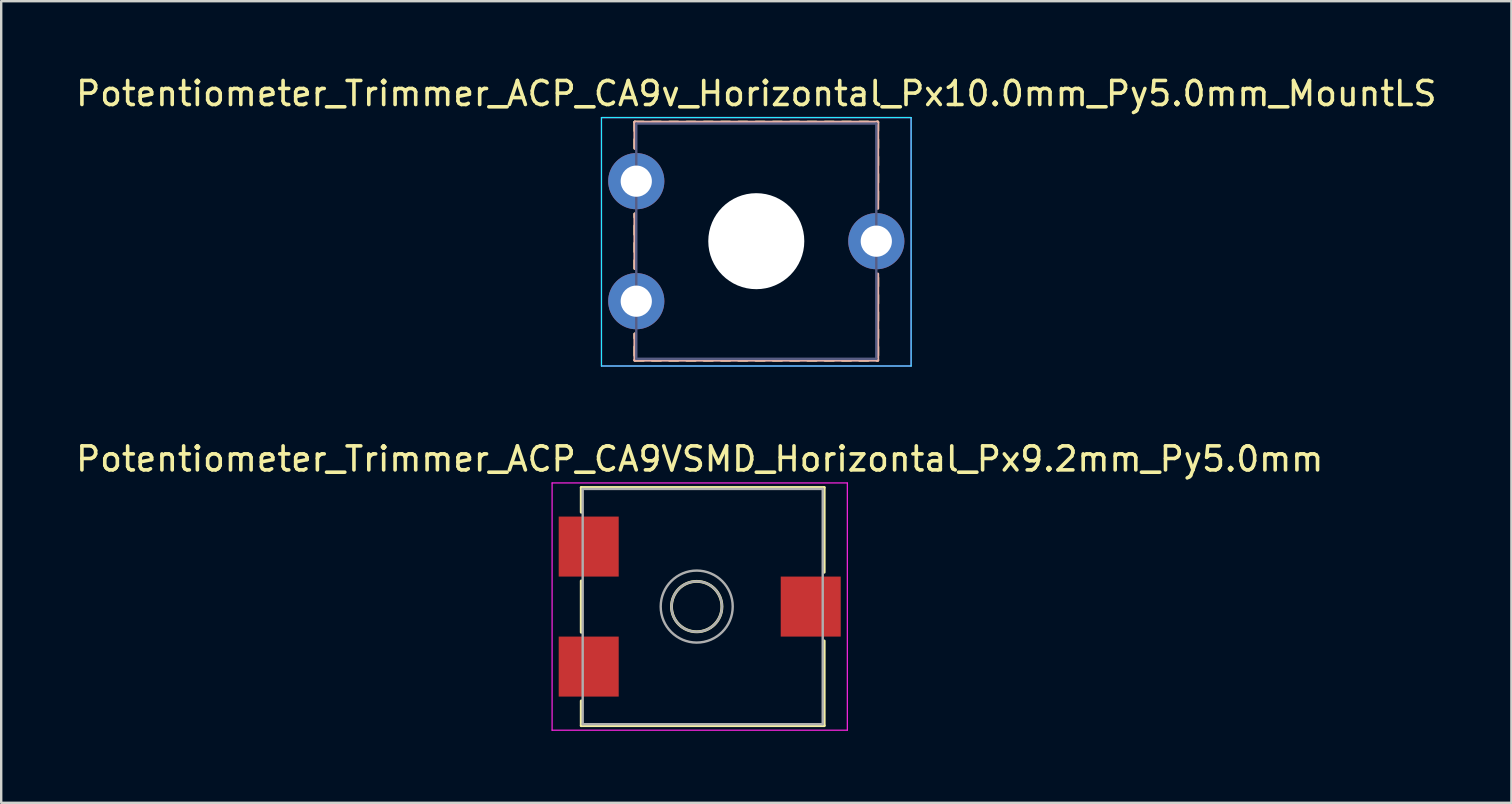
<source format=kicad_pcb>
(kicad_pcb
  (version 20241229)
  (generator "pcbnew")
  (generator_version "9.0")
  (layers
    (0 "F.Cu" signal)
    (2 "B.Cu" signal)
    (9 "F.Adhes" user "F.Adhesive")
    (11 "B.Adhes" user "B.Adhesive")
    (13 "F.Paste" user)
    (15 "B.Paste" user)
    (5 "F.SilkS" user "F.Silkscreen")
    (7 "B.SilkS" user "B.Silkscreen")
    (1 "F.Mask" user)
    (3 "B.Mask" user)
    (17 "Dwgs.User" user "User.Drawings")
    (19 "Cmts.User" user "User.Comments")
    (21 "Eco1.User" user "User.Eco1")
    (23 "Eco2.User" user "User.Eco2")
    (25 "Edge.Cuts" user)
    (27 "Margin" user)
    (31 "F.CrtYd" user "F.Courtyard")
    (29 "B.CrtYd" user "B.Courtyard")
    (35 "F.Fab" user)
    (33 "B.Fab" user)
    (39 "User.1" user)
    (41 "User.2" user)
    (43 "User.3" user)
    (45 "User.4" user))
  (footprint "Potentiometer_Trimmer_ACP_CA9VSMD_Horizontal_Px9.2mm_Py5.0mm"
    (layer "F.Cu")
    (at 26.101 22.221)
    (property "Reference" "Potentiometer_Trimmer_ACP_CA9VSMD_Horizontal_Px9.2mm_Py5.0mm" (at 0 -6.15 0) (layer "F.SilkS") (effects (font (size 1 1) (thickness 0.15))))
    (attr smd)
    (fp_line (start -4.935 -4.961) (end -4.935 -3.931) (stroke (width 0.12) (type solid)) (layer "F.SilkS"))
    (fp_line (start -4.935 -4.961) (end 5.185 -4.961) (stroke (width 0.12) (type solid)) (layer "F.SilkS"))
    (fp_line (start -4.935 -1.069) (end -4.935 1.07) (stroke (width 0.12) (type solid)) (layer "F.SilkS"))
    (fp_line (start -4.935 3.93) (end -4.935 4.96) (stroke (width 0.12) (type solid)) (layer "F.SilkS"))
    (fp_line (start -4.935 4.96) (end 5.185 4.96) (stroke (width 0.12) (type solid)) (layer "F.SilkS"))
    (fp_line (start 5.185 -4.961) (end 5.185 -1.43) (stroke (width 0.12) (type solid)) (layer "F.SilkS"))
    (fp_line (start 5.185 1.43) (end 5.185 4.96) (stroke (width 0.12) (type solid)) (layer "F.SilkS"))
    (fp_circle (center -0.125 0) (end 0.925 0) (stroke (width 0.12) (type solid)) (fill no) (layer "F.SilkS"))
    (fp_line (start -6.15 -5.15) (end -6.15 5.15) (stroke (width 0.05) (type solid)) (layer "F.CrtYd"))
    (fp_line (start -6.15 5.15) (end 6.15 5.15) (stroke (width 0.05) (type solid)) (layer "F.CrtYd"))
    (fp_line (start 6.15 -5.15) (end -6.15 -5.15) (stroke (width 0.05) (type solid)) (layer "F.CrtYd"))
    (fp_line (start 6.15 5.15) (end 6.15 -5.15) (stroke (width 0.05) (type solid)) (layer "F.CrtYd"))
    (fp_line (start -4.875 -4.9) (end -4.875 4.9) (stroke (width 0.1) (type solid)) (layer "F.Fab"))
    (fp_line (start -4.875 4.9) (end 5.125 4.9) (stroke (width 0.1) (type solid)) (layer "F.Fab"))
    (fp_line (start 5.125 -4.9) (end -4.875 -4.9) (stroke (width 0.1) (type solid)) (layer "F.Fab"))
    (fp_line (start 5.125 4.9) (end 5.125 -4.9) (stroke (width 0.1) (type solid)) (layer "F.Fab"))
    (fp_circle (center -0.125 0) (end 0.925 0) (stroke (width 0.1) (type solid)) (fill no) (layer "F.Fab"))
    (fp_circle (center -0.125 0) (end 1.375 0) (stroke (width 0.1) (type solid)) (fill no) (layer "F.Fab"))
    (pad "1" smd rect (at -4.625 2.5) (size 2.5 2.5) (layers "F.Cu" "F.Mask"))
    (pad "2" smd rect (at 4.625 0) (size 2.5 2.5) (layers "F.Cu" "F.Mask"))
    (pad "3" smd rect (at -4.625 -2.5) (size 2.5 2.5) (layers "F.Cu" "F.Mask")))
  (footprint "Potentiometer_Trimmer_ACP_CA9v_Horizontal_Px10.0mm_Py5.0mm_MountLS"
    (layer "F.Cu")
    (at 23.458 9.498)
    (property "Reference" "Potentiometer_Trimmer_ACP_CA9v_Horizontal_Px10.0mm_Py5.0mm_MountLS" (at 5 -8.65 0) (layer "F.SilkS") (effects (font (size 1 1) (thickness 0.15))))
    (attr through_hole)
    (fp_line (start -0.06 -7.461) (end -0.06 -7.101) (stroke (width 0.12) (type solid)) (layer "F.SilkS"))
    (fp_line (start -0.06 -7.461) (end 0.3 -7.461) (stroke (width 0.12) (type solid)) (layer "F.SilkS"))
    (fp_line (start -0.06 -6.741) (end -0.06 -6.381) (stroke (width 0.12) (type solid)) (layer "F.SilkS"))
    (fp_line (start -0.06 -3.635) (end -0.06 -3.5) (stroke (width 0.12) (type solid)) (layer "F.SilkS"))
    (fp_line (start -0.06 -3.14) (end -0.06 -2.78) (stroke (width 0.12) (type solid)) (layer "F.SilkS"))
    (fp_line (start -0.06 -2.42) (end -0.06 -2.06) (stroke (width 0.12) (type solid)) (layer "F.SilkS"))
    (fp_line (start -0.06 -1.7) (end -0.06 -1.365) (stroke (width 0.12) (type solid)) (layer "F.SilkS"))
    (fp_line (start -0.06 1.365) (end -0.06 1.54) (stroke (width 0.12) (type solid)) (layer "F.SilkS"))
    (fp_line (start -0.06 1.9) (end -0.06 2.26) (stroke (width 0.12) (type solid)) (layer "F.SilkS"))
    (fp_line (start -0.06 2.46) (end 0.3 2.46) (stroke (width 0.12) (type solid)) (layer "F.SilkS"))
    (fp_line (start 0.66 -7.461) (end 1.02 -7.461) (stroke (width 0.12) (type solid)) (layer "F.SilkS"))
    (fp_line (start 0.66 2.46) (end 1.02 2.46) (stroke (width 0.12) (type solid)) (layer "F.SilkS"))
    (fp_line (start 1.38 -7.461) (end 1.74 -7.461) (stroke (width 0.12) (type solid)) (layer "F.SilkS"))
    (fp_line (start 1.38 2.46) (end 1.74 2.46) (stroke (width 0.12) (type solid)) (layer "F.SilkS"))
    (fp_line (start 2.1 -7.461) (end 2.46 -7.461) (stroke (width 0.12) (type solid)) (layer "F.SilkS"))
    (fp_line (start 2.1 2.46) (end 2.46 2.46) (stroke (width 0.12) (type solid)) (layer "F.SilkS"))
    (fp_line (start 2.82 -7.461) (end 3.18 -7.461) (stroke (width 0.12) (type solid)) (layer "F.SilkS"))
    (fp_line (start 2.82 2.46) (end 3.18 2.46) (stroke (width 0.12) (type solid)) (layer "F.SilkS"))
    (fp_line (start 3.54 -7.461) (end 3.9 -7.461) (stroke (width 0.12) (type solid)) (layer "F.SilkS"))
    (fp_line (start 3.54 2.46) (end 3.9 2.46) (stroke (width 0.12) (type solid)) (layer "F.SilkS"))
    (fp_line (start 4.26 -7.461) (end 4.62 -7.461) (stroke (width 0.12) (type solid)) (layer "F.SilkS"))
    (fp_line (start 4.26 2.46) (end 4.62 2.46) (stroke (width 0.12) (type solid)) (layer "F.SilkS"))
    (fp_line (start 4.98 -7.461) (end 5.34 -7.461) (stroke (width 0.12) (type solid)) (layer "F.SilkS"))
    (fp_line (start 4.98 2.46) (end 5.34 2.46) (stroke (width 0.12) (type solid)) (layer "F.SilkS"))
    (fp_line (start 5.7 -7.461) (end 6.06 -7.461) (stroke (width 0.12) (type solid)) (layer "F.SilkS"))
    (fp_line (start 5.7 2.46) (end 6.06 2.46) (stroke (width 0.12) (type solid)) (layer "F.SilkS"))
    (fp_line (start 6.42 -7.461) (end 6.78 -7.461) (stroke (width 0.12) (type solid)) (layer "F.SilkS"))
    (fp_line (start 6.42 2.46) (end 6.78 2.46) (stroke (width 0.12) (type solid)) (layer "F.SilkS"))
    (fp_line (start 7.14 -7.461) (end 7.5 -7.461) (stroke (width 0.12) (type solid)) (layer "F.SilkS"))
    (fp_line (start 7.14 2.46) (end 7.5 2.46) (stroke (width 0.12) (type solid)) (layer "F.SilkS"))
    (fp_line (start 7.86 -7.461) (end 8.22 -7.461) (stroke (width 0.12) (type solid)) (layer "F.SilkS"))
    (fp_line (start 7.86 2.46) (end 8.22 2.46) (stroke (width 0.12) (type solid)) (layer "F.SilkS"))
    (fp_line (start 8.58 -7.461) (end 8.94 -7.461) (stroke (width 0.12) (type solid)) (layer "F.SilkS"))
    (fp_line (start 8.58 2.46) (end 8.94 2.46) (stroke (width 0.12) (type solid)) (layer "F.SilkS"))
    (fp_line (start 9.3 -7.461) (end 9.66 -7.461) (stroke (width 0.12) (type solid)) (layer "F.SilkS"))
    (fp_line (start 9.3 2.46) (end 9.66 2.46) (stroke (width 0.12) (type solid)) (layer "F.SilkS"))
    (fp_line (start 10.02 -7.461) (end 10.06 -7.461) (stroke (width 0.12) (type solid)) (layer "F.SilkS"))
    (fp_line (start 10.02 2.46) (end 10.06 2.46) (stroke (width 0.12) (type solid)) (layer "F.SilkS"))
    (fp_line (start 10.06 -7.461) (end 10.06 -7.101) (stroke (width 0.12) (type solid)) (layer "F.SilkS"))
    (fp_line (start 10.06 -6.741) (end 10.06 -6.381) (stroke (width 0.12) (type solid)) (layer "F.SilkS"))
    (fp_line (start 10.06 -6.021) (end 10.06 -5.661) (stroke (width 0.12) (type solid)) (layer "F.SilkS"))
    (fp_line (start 10.06 -5.301) (end 10.06 -4.94) (stroke (width 0.12) (type solid)) (layer "F.SilkS"))
    (fp_line (start 10.06 -4.58) (end 10.06 -4.22) (stroke (width 0.12) (type solid)) (layer "F.SilkS"))
    (fp_line (start 10.06 -0.98) (end 10.06 -0.62) (stroke (width 0.12) (type solid)) (layer "F.SilkS"))
    (fp_line (start 10.06 -0.26) (end 10.06 0.1) (stroke (width 0.12) (type solid)) (layer "F.SilkS"))
    (fp_line (start 10.06 0.46) (end 10.06 0.82) (stroke (width 0.12) (type solid)) (layer "F.SilkS"))
    (fp_line (start 10.06 1.18) (end 10.06 1.54) (stroke (width 0.12) (type solid)) (layer "F.SilkS"))
    (fp_line (start 10.06 1.9) (end 10.06 2.26) (stroke (width 0.12) (type solid)) (layer "F.SilkS"))
    (fp_line (start -0.06 -7.461) (end -0.06 -6.365) (stroke (width 0.12) (type solid)) (layer "B.SilkS"))
    (fp_line (start -0.06 -7.461) (end 10.06 -7.461) (stroke (width 0.12) (type solid)) (layer "B.SilkS"))
    (fp_line (start -0.06 -3.635) (end -0.06 -1.365) (stroke (width 0.12) (type solid)) (layer "B.SilkS"))
    (fp_line (start -0.06 1.365) (end -0.06 2.46) (stroke (width 0.12) (type solid)) (layer "B.SilkS"))
    (fp_line (start -0.06 2.46) (end 10.06 2.46) (stroke (width 0.12) (type solid)) (layer "B.SilkS"))
    (fp_line (start 10.06 -7.461) (end 10.06 -3.865) (stroke (width 0.12) (type solid)) (layer "B.SilkS"))
    (fp_line (start 10.06 -1.135) (end 10.06 2.46) (stroke (width 0.12) (type solid)) (layer "B.SilkS"))
    (fp_line (start -1.45 -7.65) (end -1.45 2.7) (stroke (width 0.05) (type solid)) (layer "B.CrtYd"))
    (fp_line (start -1.45 2.7) (end 11.45 2.7) (stroke (width 0.05) (type solid)) (layer "B.CrtYd"))
    (fp_line (start 11.45 -7.65) (end -1.45 -7.65) (stroke (width 0.05) (type solid)) (layer "B.CrtYd"))
    (fp_line (start 11.45 2.7) (end 11.45 -7.65) (stroke (width 0.05) (type solid)) (layer "B.CrtYd"))
    (fp_line (start -1.45 -7.65) (end -1.45 2.7) (stroke (width 0.05) (type solid)) (layer "F.CrtYd"))
    (fp_line (start -1.45 2.7) (end 11.45 2.7) (stroke (width 0.05) (type solid)) (layer "F.CrtYd"))
    (fp_line (start 11.45 -7.65) (end -1.45 -7.65) (stroke (width 0.05) (type solid)) (layer "F.CrtYd"))
    (fp_line (start 11.45 2.7) (end 11.45 -7.65) (stroke (width 0.05) (type solid)) (layer "F.CrtYd"))
    (fp_line (start 0 -7.4) (end 0 2.4) (stroke (width 0.1) (type solid)) (layer "B.Fab"))
    (fp_line (start 0 2.4) (end 10 2.4) (stroke (width 0.1) (type solid)) (layer "B.Fab"))
    (fp_line (start 10 -7.4) (end 0 -7.4) (stroke (width 0.1) (type solid)) (layer "B.Fab"))
    (fp_line (start 10 2.4) (end 10 -7.4) (stroke (width 0.1) (type solid)) (layer "B.Fab"))
    (fp_circle (center 5 -2.5) (end 6.05 -2.5) (stroke (width 0.1) (type solid)) (fill no) (layer "B.Fab"))
    (fp_circle (center 5 -2.5) (end 6.5 -2.5) (stroke (width 0.1) (type solid)) (fill no) (layer "B.Fab"))
    (pad "" np_thru_hole circle (at 5 -2.5) (size 4 4) (drill 4) (layers "*.Cu" "*.Mask"))
    (pad "1" thru_hole circle (at 0 0) (size 2.34 2.34) (drill 1.3) (layers "*.Cu" "*.Mask"))
    (pad "2" thru_hole circle (at 10 -2.5) (size 2.34 2.34) (drill 1.3) (layers "*.Cu" "*.Mask"))
    (pad "3" thru_hole circle (at 0 -5) (size 2.34 2.34) (drill 1.3) (layers "*.Cu" "*.Mask")))
  (gr_rect
    (start -3 -3)
    (end 59.917 30.396)
    (stroke (width 0.1) (type default))
    (fill no)
    (layer "Edge.Cuts")))
</source>
